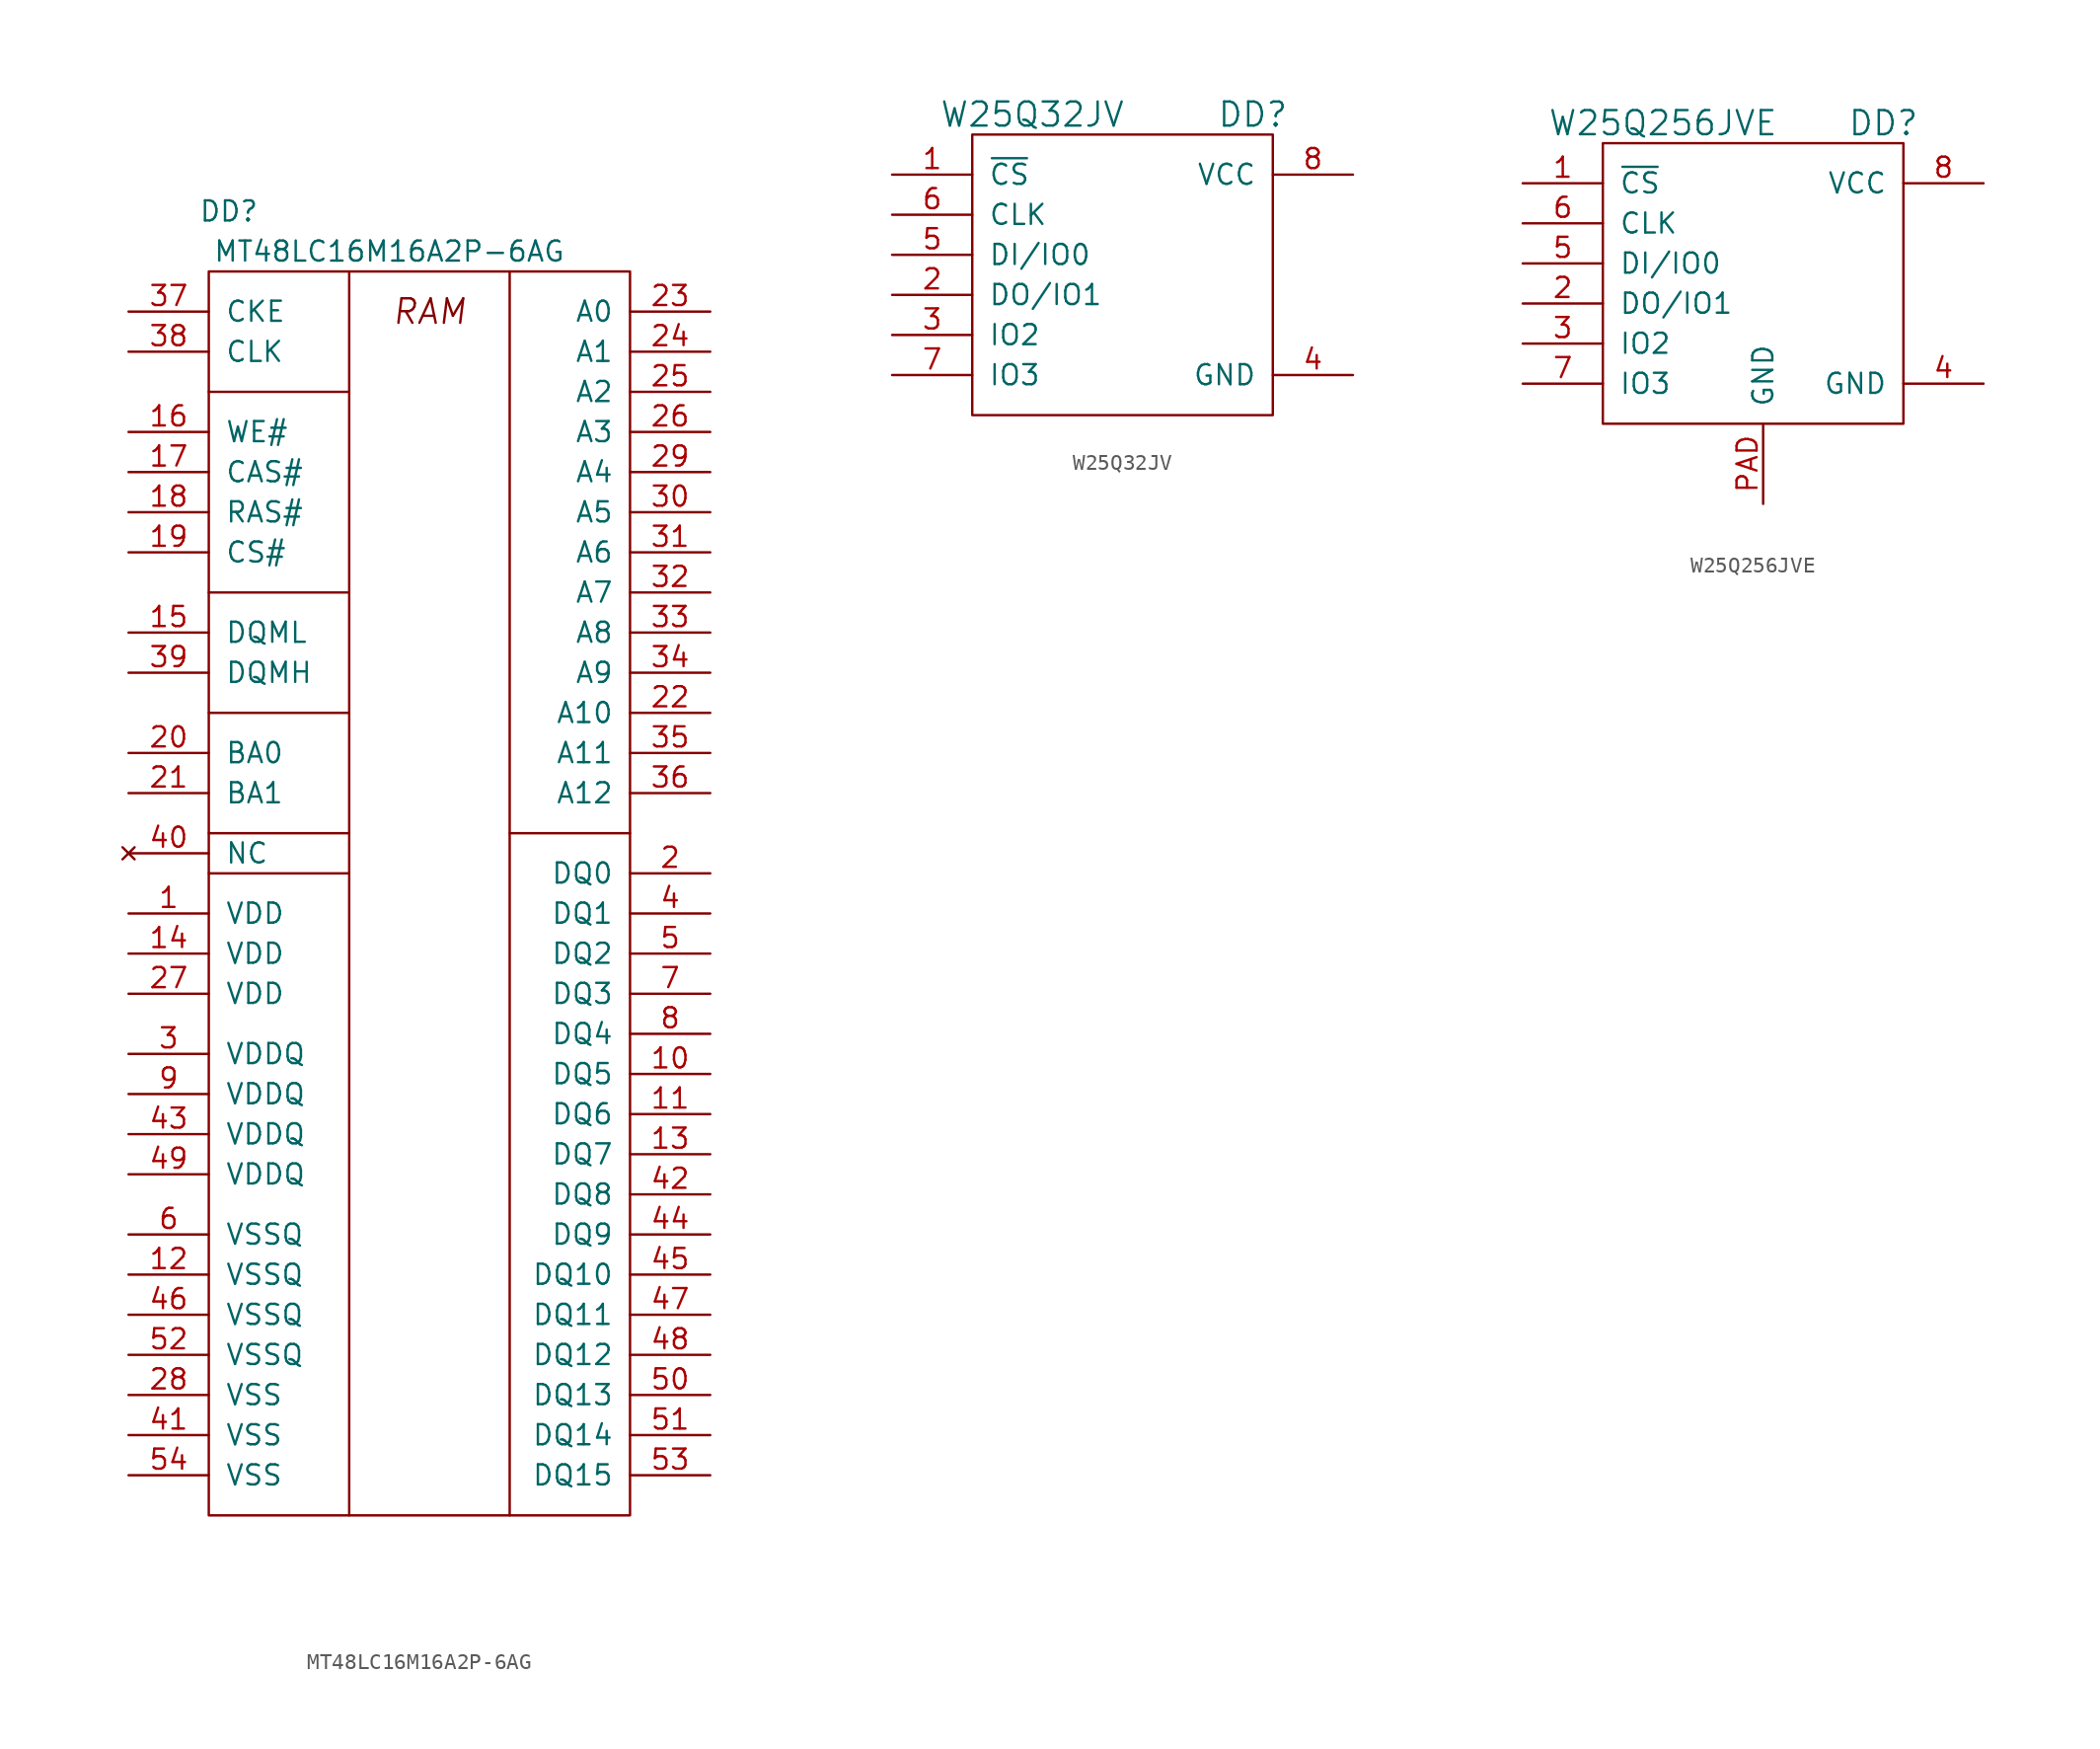
<source format=kicad_sym>
(kicad_symbol_lib
  (version 20211014)
  (generator kicad_symbol_editor)
  (symbol "MT48LC16M16A2P-6AG"
    (pin_names
      (offset 1.016))
    (property "Reference" "DD"
      (at -12.7 40.64 0)
      (effects (font (size 1.27 1.27))))
    (property "Value" "MT48LC16M16A2P-6AG"
      (at -2.54 38.1 0)
      (effects (font (size 1.27 1.27))))
    (symbol "MT48LC16M16A2P-6AG_0_0"
      (text "RAM" (at 0 34.29 0) (effects (font (size 1.549 1.549) italic))))
    (symbol "MT48LC16M16A2P-6AG_0_1"
      (rectangle (start -13.97 36.83) (end 12.7 -41.91) (stroke (width 0) (type default) (color 0 0 0 0)) (fill (type none)))
      (polyline (pts (xy -13.97 -1.27) (xy -5.08 -1.27)) (stroke (width 0) (type default) (color 0 0 0 0)) (fill (type none)))
      (polyline (pts (xy -13.97 1.27) (xy -5.08 1.27)) (stroke (width 0) (type default) (color 0 0 0 0)) (fill (type none)))
      (polyline (pts (xy -13.97 8.89) (xy -5.08 8.89)) (stroke (width 0) (type default) (color 0 0 0 0)) (fill (type none)))
      (polyline (pts (xy -13.97 16.51) (xy -5.08 16.51)) (stroke (width 0) (type default) (color 0 0 0 0)) (fill (type none)))
      (polyline (pts (xy -13.97 29.21) (xy -5.08 29.21)) (stroke (width 0) (type default) (color 0 0 0 0)) (fill (type none)))
      (polyline (pts (xy -5.08 -41.91) (xy -5.08 36.83)) (stroke (width 0) (type default) (color 0 0 0 0)) (fill (type none)))
      (polyline (pts (xy 5.08 -41.91) (xy 5.08 36.83)) (stroke (width 0) (type default) (color 0 0 0 0)) (fill (type none)))
      (polyline (pts (xy 5.08 1.27) (xy 12.7 1.27)) (stroke (width 0) (type default) (color 0 0 0 0)) (fill (type none)))
      (pin passive line (at 17.78 -13.97 180) (length 5.08) (name "DQ5" (effects (font (size 1.27 1.27)))) (number "10" (effects (font (size 1.27 1.27)))))
      (pin passive line (at 17.78 -16.51 180) (length 5.08) (name "DQ6" (effects (font (size 1.27 1.27)))) (number "11" (effects (font (size 1.27 1.27)))))
      (pin power_in line (at -19.05 -26.67 0) (length 5.08) (name "VSSQ" (effects (font (size 1.27 1.27)))) (number "12" (effects (font (size 1.27 1.27)))))
      (pin passive line (at 17.78 -19.05 180) (length 5.08) (name "DQ7" (effects (font (size 1.27 1.27)))) (number "13" (effects (font (size 1.27 1.27)))))
      (pin power_in line (at -19.05 -6.35 0) (length 5.08) (name "VDD" (effects (font (size 1.27 1.27)))) (number "14" (effects (font (size 1.27 1.27)))))
      (pin passive line (at -19.05 13.97 0) (length 5.08) (name "DQML" (effects (font (size 1.27 1.27)))) (number "15" (effects (font (size 1.27 1.27)))))
      (pin passive line (at -19.05 26.67 0) (length 5.08) (name "WE#" (effects (font (size 1.27 1.27)))) (number "16" (effects (font (size 1.27 1.27)))))
      (pin passive line (at -19.05 24.13 0) (length 5.08) (name "CAS#" (effects (font (size 1.27 1.27)))) (number "17" (effects (font (size 1.27 1.27)))))
      (pin passive line (at -19.05 21.59 0) (length 5.08) (name "RAS#" (effects (font (size 1.27 1.27)))) (number "18" (effects (font (size 1.27 1.27)))))
      (pin passive line (at -19.05 19.05 0) (length 5.08) (name "CS#" (effects (font (size 1.27 1.27)))) (number "19" (effects (font (size 1.27 1.27)))))
      (pin passive line (at -19.05 6.35 0) (length 5.08) (name "BA0" (effects (font (size 1.27 1.27)))) (number "20" (effects (font (size 1.27 1.27)))))
      (pin passive line (at -19.05 3.81 0) (length 5.08) (name "BA1" (effects (font (size 1.27 1.27)))) (number "21" (effects (font (size 1.27 1.27)))))
      (pin passive line (at 17.78 8.89 180) (length 5.08) (name "A10" (effects (font (size 1.27 1.27)))) (number "22" (effects (font (size 1.27 1.27)))))
      (pin passive line (at 17.78 34.29 180) (length 5.08) (name "A0" (effects (font (size 1.27 1.27)))) (number "23" (effects (font (size 1.27 1.27)))))
      (pin passive line (at 17.78 31.75 180) (length 5.08) (name "A1" (effects (font (size 1.27 1.27)))) (number "24" (effects (font (size 1.27 1.27)))))
      (pin passive line (at 17.78 29.21 180) (length 5.08) (name "A2" (effects (font (size 1.27 1.27)))) (number "25" (effects (font (size 1.27 1.27)))))
      (pin passive line (at 17.78 26.67 180) (length 5.08) (name "A3" (effects (font (size 1.27 1.27)))) (number "26" (effects (font (size 1.27 1.27)))))
      (pin power_in line (at -19.05 -8.89 0) (length 5.08) (name "VDD" (effects (font (size 1.27 1.27)))) (number "27" (effects (font (size 1.27 1.27)))))
      (pin power_in line (at -19.05 -34.29 0) (length 5.08) (name "VSS" (effects (font (size 1.27 1.27)))) (number "28" (effects (font (size 1.27 1.27)))))
      (pin passive line (at 17.78 24.13 180) (length 5.08) (name "A4" (effects (font (size 1.27 1.27)))) (number "29" (effects (font (size 1.27 1.27)))))
      (pin power_in line (at -19.05 -12.7 0) (length 5.08) (name "VDDQ" (effects (font (size 1.27 1.27)))) (number "3" (effects (font (size 1.27 1.27)))))
      (pin passive line (at 17.78 21.59 180) (length 5.08) (name "A5" (effects (font (size 1.27 1.27)))) (number "30" (effects (font (size 1.27 1.27)))))
      (pin passive line (at 17.78 19.05 180) (length 5.08) (name "A6" (effects (font (size 1.27 1.27)))) (number "31" (effects (font (size 1.27 1.27)))))
      (pin passive line (at 17.78 16.51 180) (length 5.08) (name "A7" (effects (font (size 1.27 1.27)))) (number "32" (effects (font (size 1.27 1.27)))))
      (pin passive line (at 17.78 13.97 180) (length 5.08) (name "A8" (effects (font (size 1.27 1.27)))) (number "33" (effects (font (size 1.27 1.27)))))
      (pin passive line (at 17.78 11.43 180) (length 5.08) (name "A9" (effects (font (size 1.27 1.27)))) (number "34" (effects (font (size 1.27 1.27)))))
      (pin passive line (at 17.78 6.35 180) (length 5.08) (name "A11" (effects (font (size 1.27 1.27)))) (number "35" (effects (font (size 1.27 1.27)))))
      (pin passive line (at 17.78 3.81 180) (length 5.08) (name "A12" (effects (font (size 1.27 1.27)))) (number "36" (effects (font (size 1.27 1.27)))))
      (pin passive line (at -19.05 34.29 0) (length 5.08) (name "CKE" (effects (font (size 1.27 1.27)))) (number "37" (effects (font (size 1.27 1.27)))))
      (pin passive line (at -19.05 31.75 0) (length 5.08) (name "CLK" (effects (font (size 1.27 1.27)))) (number "38" (effects (font (size 1.27 1.27)))))
      (pin passive line (at -19.05 11.43 0) (length 5.08) (name "DQMH" (effects (font (size 1.27 1.27)))) (number "39" (effects (font (size 1.27 1.27)))))
      (pin passive line (at 17.78 -3.81 180) (length 5.08) (name "DQ1" (effects (font (size 1.27 1.27)))) (number "4" (effects (font (size 1.27 1.27)))))
      (pin no_connect line (at -19.05 0 0) (length 5.08) (name "NC" (effects (font (size 1.27 1.27)))) (number "40" (effects (font (size 1.27 1.27)))))
      (pin power_in line (at -19.05 -36.83 0) (length 5.08) (name "VSS" (effects (font (size 1.27 1.27)))) (number "41" (effects (font (size 1.27 1.27)))))
      (pin passive line (at 17.78 -21.59 180) (length 5.08) (name "DQ8" (effects (font (size 1.27 1.27)))) (number "42" (effects (font (size 1.27 1.27)))))
      (pin power_in line (at -19.05 -17.78 0) (length 5.08) (name "VDDQ" (effects (font (size 1.27 1.27)))) (number "43" (effects (font (size 1.27 1.27)))))
      (pin passive line (at 17.78 -24.13 180) (length 5.08) (name "DQ9" (effects (font (size 1.27 1.27)))) (number "44" (effects (font (size 1.27 1.27)))))
      (pin passive line (at 17.78 -26.67 180) (length 5.08) (name "DQ10" (effects (font (size 1.27 1.27)))) (number "45" (effects (font (size 1.27 1.27)))))
      (pin power_in line (at -19.05 -29.21 0) (length 5.08) (name "VSSQ" (effects (font (size 1.27 1.27)))) (number "46" (effects (font (size 1.27 1.27)))))
      (pin passive line (at 17.78 -29.21 180) (length 5.08) (name "DQ11" (effects (font (size 1.27 1.27)))) (number "47" (effects (font (size 1.27 1.27)))))
      (pin passive line (at 17.78 -31.75 180) (length 5.08) (name "DQ12" (effects (font (size 1.27 1.27)))) (number "48" (effects (font (size 1.27 1.27)))))
      (pin power_in line (at -19.05 -20.32 0) (length 5.08) (name "VDDQ" (effects (font (size 1.27 1.27)))) (number "49" (effects (font (size 1.27 1.27)))))
      (pin passive line (at 17.78 -6.35 180) (length 5.08) (name "DQ2" (effects (font (size 1.27 1.27)))) (number "5" (effects (font (size 1.27 1.27)))))
      (pin passive line (at 17.78 -34.29 180) (length 5.08) (name "DQ13" (effects (font (size 1.27 1.27)))) (number "50" (effects (font (size 1.27 1.27)))))
      (pin passive line (at 17.78 -36.83 180) (length 5.08) (name "DQ14" (effects (font (size 1.27 1.27)))) (number "51" (effects (font (size 1.27 1.27)))))
      (pin power_in line (at -19.05 -31.75 0) (length 5.08) (name "VSSQ" (effects (font (size 1.27 1.27)))) (number "52" (effects (font (size 1.27 1.27)))))
      (pin passive line (at 17.78 -39.37 180) (length 5.08) (name "DQ15" (effects (font (size 1.27 1.27)))) (number "53" (effects (font (size 1.27 1.27)))))
      (pin power_in line (at -19.05 -39.37 0) (length 5.08) (name "VSS" (effects (font (size 1.27 1.27)))) (number "54" (effects (font (size 1.27 1.27)))))
      (pin power_in line (at -19.05 -24.13 0) (length 5.08) (name "VSSQ" (effects (font (size 1.27 1.27)))) (number "6" (effects (font (size 1.27 1.27)))))
      (pin passive line (at 17.78 -8.89 180) (length 5.08) (name "DQ3" (effects (font (size 1.27 1.27)))) (number "7" (effects (font (size 1.27 1.27)))))
      (pin passive line (at 17.78 -11.43 180) (length 5.08) (name "DQ4" (effects (font (size 1.27 1.27)))) (number "8" (effects (font (size 1.27 1.27)))))
      (pin power_in line (at -19.05 -15.24 0) (length 5.08) (name "VDDQ" (effects (font (size 1.27 1.27)))) (number "9" (effects (font (size 1.27 1.27))))))
    (symbol "MT48LC16M16A2P-6AG_1_1"
      (pin power_in line (at -19.05 -3.81 0) (length 5.08) (name "VDD" (effects (font (size 1.27 1.27)))) (number "1" (effects (font (size 1.27 1.27)))))
      (pin passive line (at 17.78 -1.27 180) (length 5.08) (name "DQ0" (effects (font (size 1.27 1.27)))) (number "2" (effects (font (size 1.27 1.27)))))))
  (symbol "W25Q32JV"
    (pin_names
      (offset 1.016))
    (property "Reference" "DD"
      (at 7.62 10.16 0)
      (effects (font (size 1.524 1.524))))
    (property "Value" "W25Q32JV"
      (at -6.35 10.16 0)
      (effects (font (size 1.524 1.524))))
    (symbol "W25Q32JV_0_1"
      (rectangle (start -10.16 8.89) (end 8.89 -8.89) (stroke (width 0) (type default) (color 0 0 0 0)) (fill (type none))))
    (symbol "W25Q32JV_1_1"
      (pin passive line (at -15.24 6.35 0) (length 5.08) (name "~{CS}" (effects (font (size 1.27 1.27)))) (number "1" (effects (font (size 1.27 1.27)))))
      (pin passive line (at -15.24 -1.27 0) (length 5.08) (name "DO/IO1" (effects (font (size 1.27 1.27)))) (number "2" (effects (font (size 1.27 1.27)))))
      (pin passive line (at -15.24 -3.81 0) (length 5.08) (name "IO2" (effects (font (size 1.27 1.27)))) (number "3" (effects (font (size 1.27 1.27)))))
      (pin power_in line (at 13.97 -6.35 180) (length 5.08) (name "GND" (effects (font (size 1.27 1.27)))) (number "4" (effects (font (size 1.27 1.27)))))
      (pin passive line (at -15.24 1.27 0) (length 5.08) (name "DI/IO0" (effects (font (size 1.27 1.27)))) (number "5" (effects (font (size 1.27 1.27)))))
      (pin passive line (at -15.24 3.81 0) (length 5.08) (name "CLK" (effects (font (size 1.27 1.27)))) (number "6" (effects (font (size 1.27 1.27)))))
      (pin passive line (at -15.24 -6.35 0) (length 5.08) (name "IO3" (effects (font (size 1.27 1.27)))) (number "7" (effects (font (size 1.27 1.27)))))
      (pin power_in line (at 13.97 6.35 180) (length 5.08) (name "VCC" (effects (font (size 1.27 1.27)))) (number "8" (effects (font (size 1.27 1.27)))))))
  (symbol "W25Q256JVE"
    (pin_names
      (offset 1.016))
    (property "Reference" "DD"
      (at 7.62 10.16 0)
      (effects (font (size 1.524 1.524))))
    (property "Value" "W25Q256JVE"
      (at -6.35 10.16 0)
      (effects (font (size 1.524 1.524))))
    (property "Footprint" ""
      (at -1.27 0 0)
      (effects (font (size 1.524 1.524))))
    (property "Datasheet" ""
      (at -1.27 0 0)
      (effects (font (size 1.524 1.524))))
    (symbol "W25Q256JVE_0_1"
      (rectangle (start -10.16 8.89) (end 8.89 -8.89) (stroke (width 0) (type default) (color 0 0 0 0)) (fill (type none))))
    (symbol "W25Q256JVE_1_1"
      (pin passive line (at -15.24 6.35 0) (length 5.08) (name "~{CS}" (effects (font (size 1.27 1.27)))) (number "1" (effects (font (size 1.27 1.27)))))
      (pin passive line (at -15.24 -1.27 0) (length 5.08) (name "DO/IO1" (effects (font (size 1.27 1.27)))) (number "2" (effects (font (size 1.27 1.27)))))
      (pin passive line (at -15.24 -3.81 0) (length 5.08) (name "IO2" (effects (font (size 1.27 1.27)))) (number "3" (effects (font (size 1.27 1.27)))))
      (pin power_in line (at 13.97 -6.35 180) (length 5.08) (name "GND" (effects (font (size 1.27 1.27)))) (number "4" (effects (font (size 1.27 1.27)))))
      (pin passive line (at -15.24 1.27 0) (length 5.08) (name "DI/IO0" (effects (font (size 1.27 1.27)))) (number "5" (effects (font (size 1.27 1.27)))))
      (pin passive line (at -15.24 3.81 0) (length 5.08) (name "CLK" (effects (font (size 1.27 1.27)))) (number "6" (effects (font (size 1.27 1.27)))))
      (pin passive line (at -15.24 -6.35 0) (length 5.08) (name "IO3" (effects (font (size 1.27 1.27)))) (number "7" (effects (font (size 1.27 1.27)))))
      (pin power_in line (at 13.97 6.35 180) (length 5.08) (name "VCC" (effects (font (size 1.27 1.27)))) (number "8" (effects (font (size 1.27 1.27)))))
      (pin passive line (at 0 -13.97 90) (length 5.08) (name "GND" (effects (font (size 1.27 1.27)))) (number "PAD" (effects (font (size 1.27 1.27))))))))
</source>
